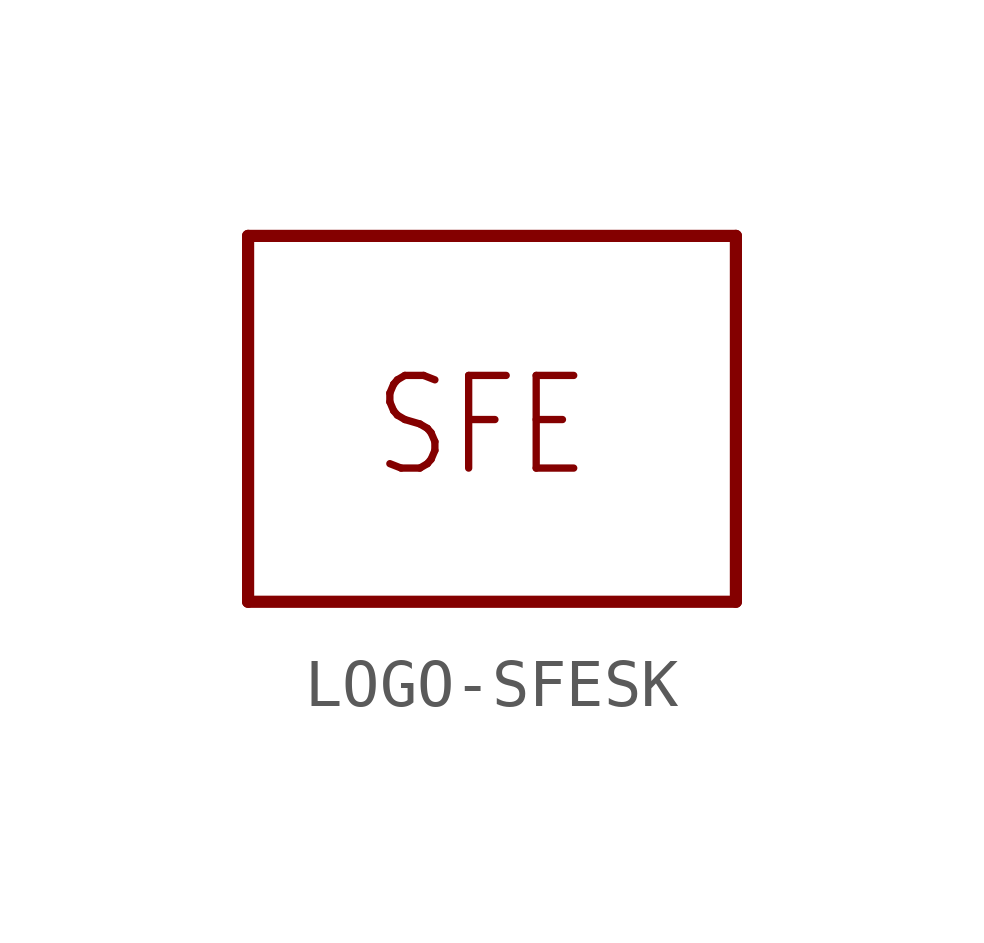
<source format=kicad_sym>
(kicad_symbol_lib
  (version 20231120)
  (generator "kicad_symbol_editor")
  (generator_version "8.0")
  (symbol "LOGO-SFESK"
    (property "Reference" "LOGO"
      (at 0 0 0)
      (effects (font (size 1.27 1.27)) (hide yes)))
    (property "ki_locked" ""
      (at 0 0 0)
      (effects (font (size 1.27 1.27))))
    (symbol "LOGO-SFESK_1_0"
      (polyline (pts (xy -2.54 -2.54) (xy 7.62 -2.54)) (stroke (width 0.254) (type solid)) (fill (type none)))
      (polyline (pts (xy -2.54 5.08) (xy -2.54 -2.54)) (stroke (width 0.254) (type solid)) (fill (type none)))
      (polyline (pts (xy 7.62 -2.54) (xy 7.62 5.08)) (stroke (width 0.254) (type solid)) (fill (type none)))
      (polyline (pts (xy 7.62 5.08) (xy -2.54 5.08)) (stroke (width 0.254) (type solid)) (fill (type none)))
      (text "SFE" (at 0 0 0) (effects (font (size 1.93 1.641)) (justify left bottom))))))
</source>
